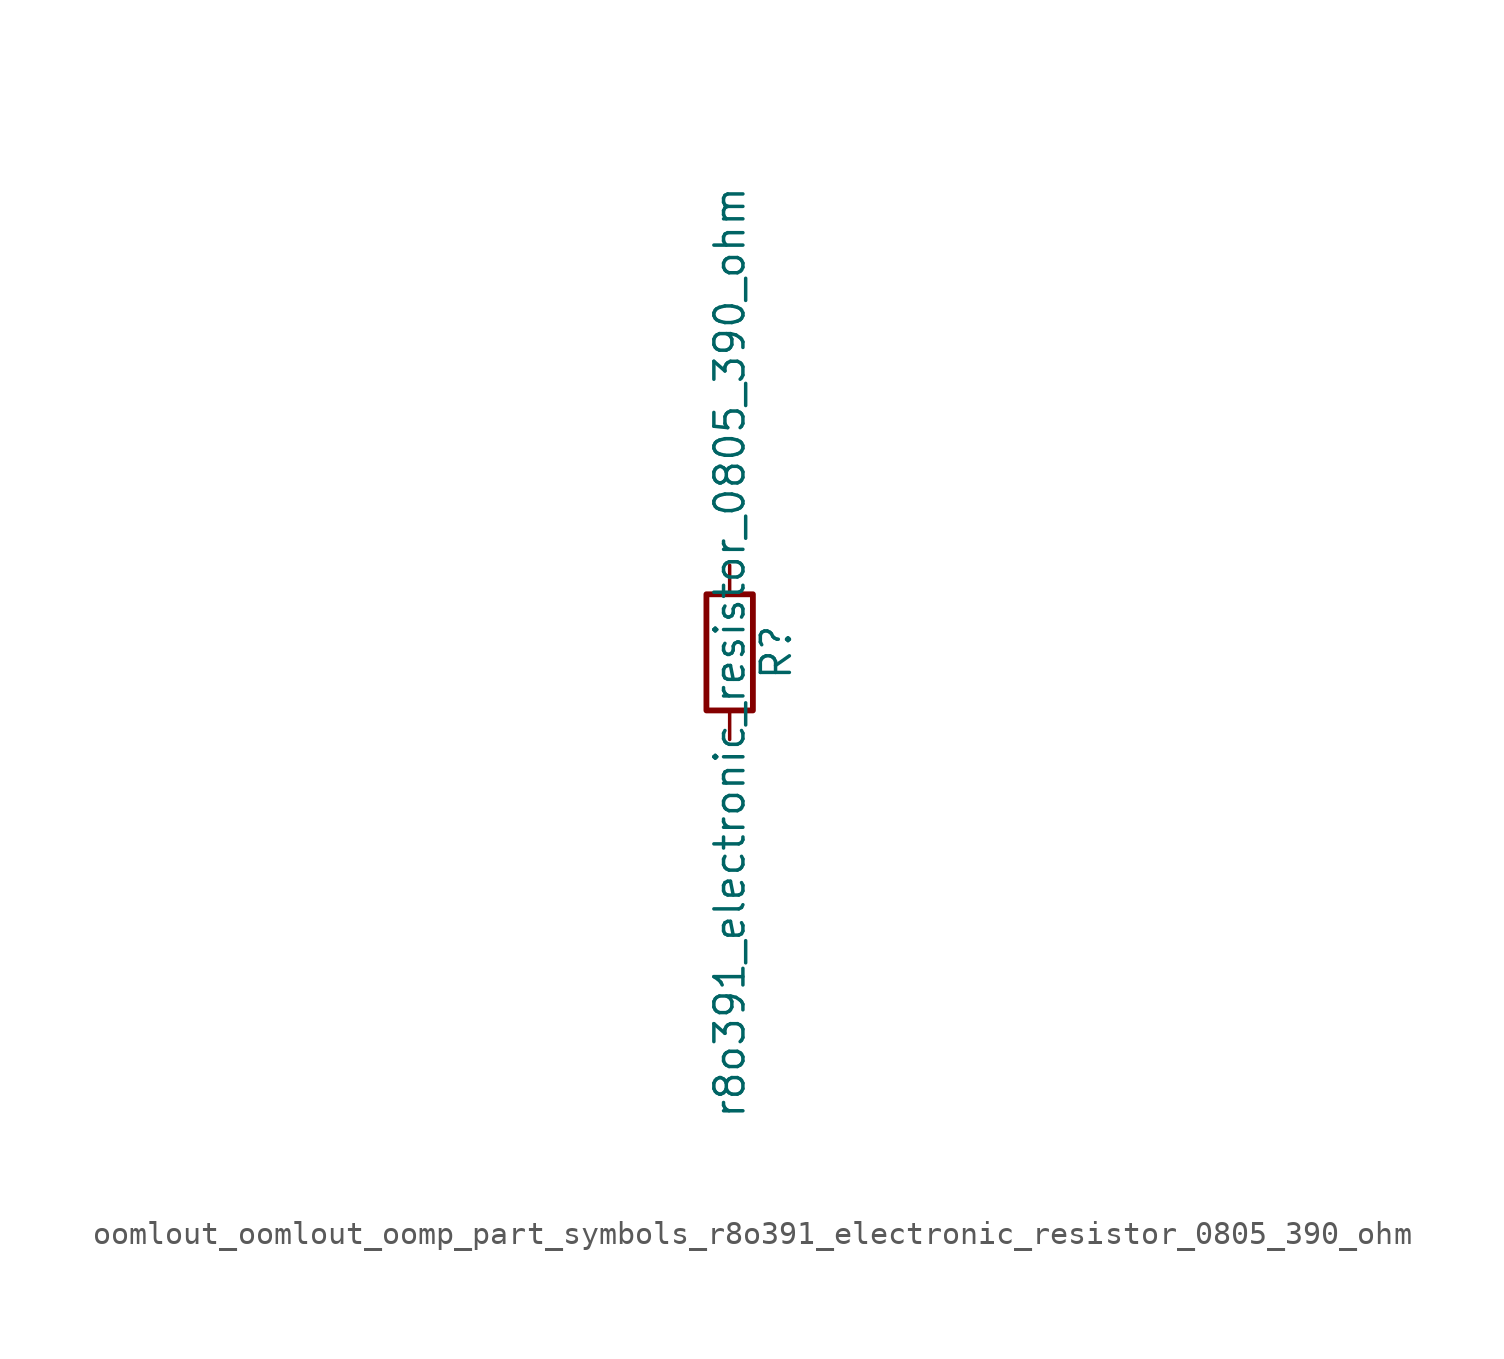
<source format=kicad_sym>
(kicad_symbol_lib
  (version 20220914)
  (generator kicad_symbol_editor)
  (symbol "oomlout_oomlout_oomp_part_symbols_r8o391_electronic_resistor_0805_390_ohm"
    (pin_numbers hide)
    (pin_names
      (offset 0))
    (property "Reference" "R"
      (at 2.032 0 90)
      (effects (font (size 1.27 1.27))))
    (property "Value" "r8o391_electronic_resistor_0805_390_ohm"
      (at 0 0 90)
      (effects (font (size 1.27 1.27))))
    (symbol "oomlout_oomlout_oomp_part_symbols_r8o391_electronic_resistor_0805_390_ohm_0_1"
      (rectangle (start -1.016 -2.54) (end 1.016 2.54) (stroke (width 0.254) (type default)) (fill (type none))))
    (symbol "oomlout_oomlout_oomp_part_symbols_r8o391_electronic_resistor_0805_390_ohm_1_1"
      (pin passive line (at 0 3.81 270) (length 1.27) (name "~" (effects (font (size 1.27 1.27)))) (number "1" (effects (font (size 1.27 1.27)))))
      (pin passive line (at 0 -3.81 90) (length 1.27) (name "~" (effects (font (size 1.27 1.27)))) (number "2" (effects (font (size 1.27 1.27))))))))
</source>
